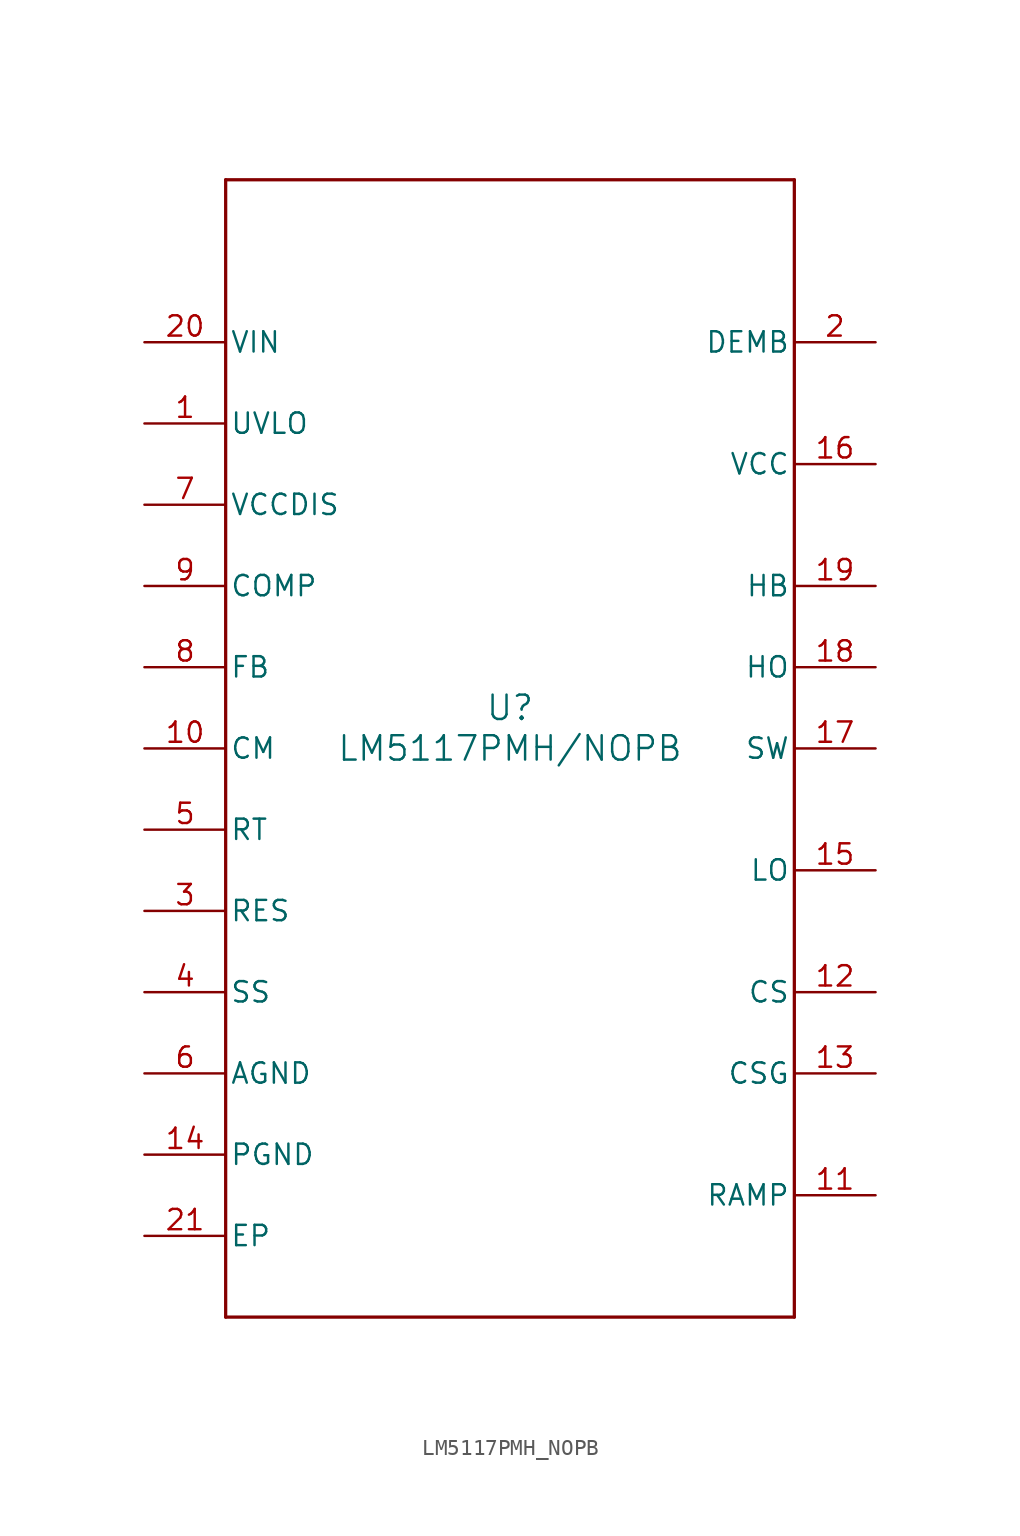
<source format=kicad_sym>
(kicad_symbol_lib
  (version 20211014)
  (generator kicad_symbol_editor)
  (symbol "LM5117PMH_NOPB"
    (pin_names
      (offset 0.254))
    (property "Reference" "U"
      (at 0 2.54 0)
      (effects (font (size 1.524 1.524))))
    (property "Value" "LM5117PMH/NOPB"
      (at 0 0 0)
      (effects (font (size 1.524 1.524))))
    (symbol "LM5117PMH_NOPB_0_1"
      (polyline (pts (xy -17.78 -35.56) (xy 17.78 -35.56)) (stroke (width 0.203) (type default) (color 0 0 0 0)) (fill (type none)))
      (polyline (pts (xy 17.78 -35.56) (xy 17.78 35.56)) (stroke (width 0.203) (type default) (color 0 0 0 0)) (fill (type none)))
      (polyline (pts (xy 17.78 35.56) (xy -17.78 35.56)) (stroke (width 0.203) (type default) (color 0 0 0 0)) (fill (type none)))
      (polyline (pts (xy -17.78 35.56) (xy -17.78 -35.56)) (stroke (width 0.203) (type default) (color 0 0 0 0)) (fill (type none)))
      (pin input line (at -22.86 20.32 0) (length 5.08) (name "UVLO" (effects (font (size 1.27 1.27)))) (number "1" (effects (font (size 1.27 1.27)))))
      (pin unspecified line (at 22.86 25.4 180) (length 5.08) (name "DEMB" (effects (font (size 1.27 1.27)))) (number "2" (effects (font (size 1.27 1.27)))))
      (pin input line (at -22.86 -10.16 0) (length 5.08) (name "RES" (effects (font (size 1.27 1.27)))) (number "3" (effects (font (size 1.27 1.27)))))
      (pin input line (at -22.86 -15.24 0) (length 5.08) (name "SS" (effects (font (size 1.27 1.27)))) (number "4" (effects (font (size 1.27 1.27)))))
      (pin input line (at -22.86 -5.08 0) (length 5.08) (name "RT" (effects (font (size 1.27 1.27)))) (number "5" (effects (font (size 1.27 1.27)))))
      (pin power_in line (at -22.86 -20.32 0) (length 5.08) (name "AGND" (effects (font (size 1.27 1.27)))) (number "6" (effects (font (size 1.27 1.27)))))
      (pin unspecified line (at -22.86 15.24 0) (length 5.08) (name "VCCDIS" (effects (font (size 1.27 1.27)))) (number "7" (effects (font (size 1.27 1.27)))))
      (pin input line (at -22.86 5.08 0) (length 5.08) (name "FB" (effects (font (size 1.27 1.27)))) (number "8" (effects (font (size 1.27 1.27)))))
      (pin output line (at -22.86 10.16 0) (length 5.08) (name "COMP" (effects (font (size 1.27 1.27)))) (number "9" (effects (font (size 1.27 1.27)))))
      (pin output line (at -22.86 0 0) (length 5.08) (name "CM" (effects (font (size 1.27 1.27)))) (number "10" (effects (font (size 1.27 1.27)))))
      (pin input line (at 22.86 -27.94 180) (length 5.08) (name "RAMP" (effects (font (size 1.27 1.27)))) (number "11" (effects (font (size 1.27 1.27)))))
      (pin input line (at 22.86 -15.24 180) (length 5.08) (name "CS" (effects (font (size 1.27 1.27)))) (number "12" (effects (font (size 1.27 1.27)))))
      (pin input line (at 22.86 -20.32 180) (length 5.08) (name "CSG" (effects (font (size 1.27 1.27)))) (number "13" (effects (font (size 1.27 1.27)))))
      (pin power_in line (at -22.86 -25.4 0) (length 5.08) (name "PGND" (effects (font (size 1.27 1.27)))) (number "14" (effects (font (size 1.27 1.27)))))
      (pin output line (at 22.86 -7.62 180) (length 5.08) (name "LO" (effects (font (size 1.27 1.27)))) (number "15" (effects (font (size 1.27 1.27)))))
      (pin power_in line (at 22.86 17.78 180) (length 5.08) (name "VCC" (effects (font (size 1.27 1.27)))) (number "16" (effects (font (size 1.27 1.27)))))
      (pin power_in line (at 22.86 0 180) (length 5.08) (name "SW" (effects (font (size 1.27 1.27)))) (number "17" (effects (font (size 1.27 1.27)))))
      (pin output line (at 22.86 5.08 180) (length 5.08) (name "HO" (effects (font (size 1.27 1.27)))) (number "18" (effects (font (size 1.27 1.27)))))
      (pin output line (at 22.86 10.16 180) (length 5.08) (name "HB" (effects (font (size 1.27 1.27)))) (number "19" (effects (font (size 1.27 1.27)))))
      (pin power_in line (at -22.86 25.4 0) (length 5.08) (name "VIN" (effects (font (size 1.27 1.27)))) (number "20" (effects (font (size 1.27 1.27)))))
      (pin unspecified line (at -22.86 -30.48 0) (length 5.08) (name "EP" (effects (font (size 1.27 1.27)))) (number "21" (effects (font (size 1.27 1.27))))))))
</source>
